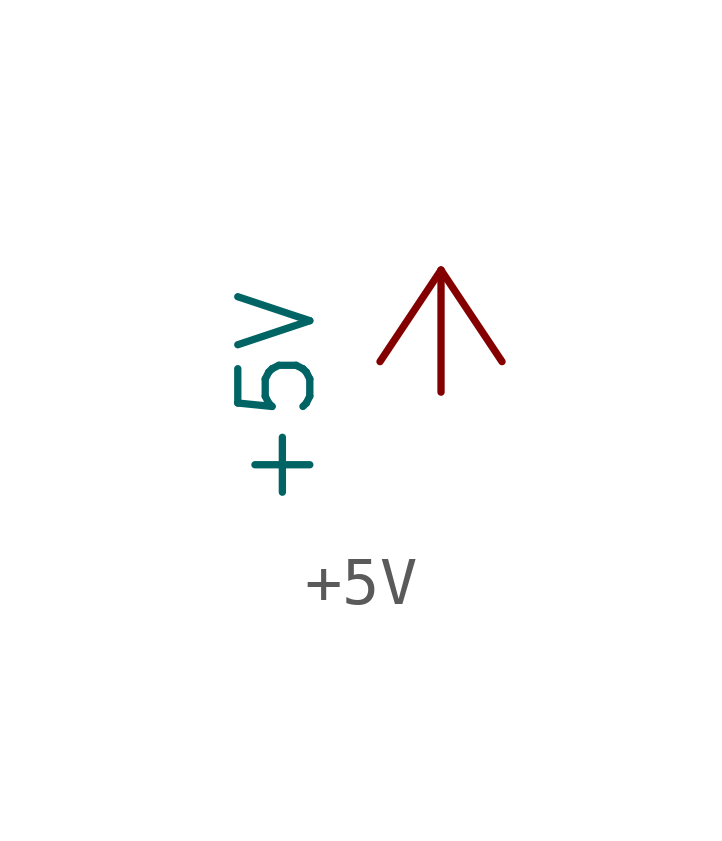
<source format=kicad_sym>
(kicad_symbol_lib
  (version 20211014)
  (generator kicad_symbol_editor)
  (symbol "+5V"
    (power)
    (pin_names
      (offset 1.016))
    (property "Reference" "#P+"
      (at 0 0 0)
      (effects (font (size 1.27 1.27)) hide))
    (property "Value" "+5V"
      (at -2.54 -5.08 90)
      (effects (font (size 1.499 1.499)) (justify left bottom)))
    (property "ki_locked" ""
      (at 0 0 0)
      (effects (font (size 1.27 1.27))))
    (symbol "+5V_1_0"
      (polyline (pts (xy 0 0) (xy -1.27 -1.905)) (stroke (width 0) (type default) (color 0 0 0 0)) (fill (type none)))
      (polyline (pts (xy 1.27 -1.905) (xy 0 0)) (stroke (width 0) (type default) (color 0 0 0 0)) (fill (type none)))
      (pin power_in line (at 0 -2.54 90) (length 2.54) (name "+5V" (effects (font (size 0 0)))) (number "1" (effects (font (size 0 0))))))))
</source>
